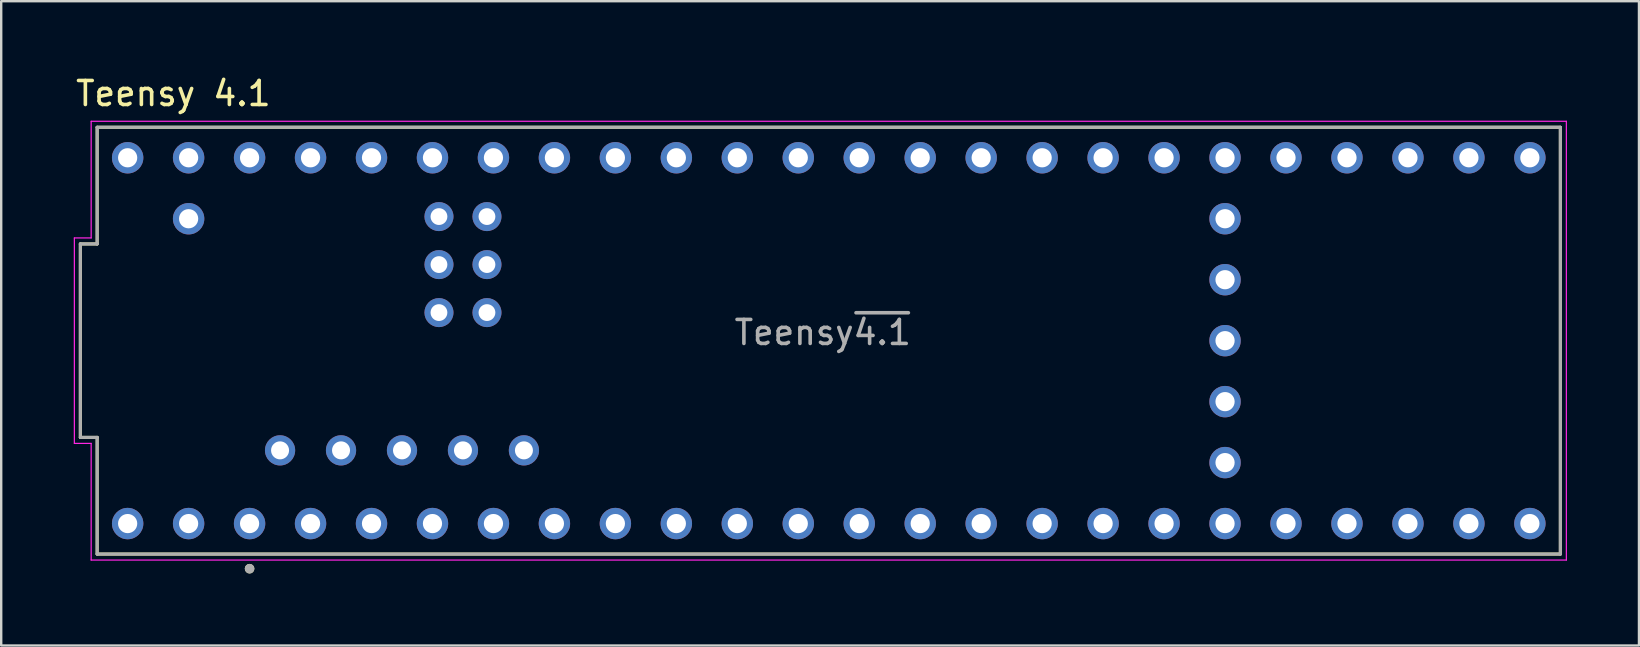
<source format=kicad_pcb>
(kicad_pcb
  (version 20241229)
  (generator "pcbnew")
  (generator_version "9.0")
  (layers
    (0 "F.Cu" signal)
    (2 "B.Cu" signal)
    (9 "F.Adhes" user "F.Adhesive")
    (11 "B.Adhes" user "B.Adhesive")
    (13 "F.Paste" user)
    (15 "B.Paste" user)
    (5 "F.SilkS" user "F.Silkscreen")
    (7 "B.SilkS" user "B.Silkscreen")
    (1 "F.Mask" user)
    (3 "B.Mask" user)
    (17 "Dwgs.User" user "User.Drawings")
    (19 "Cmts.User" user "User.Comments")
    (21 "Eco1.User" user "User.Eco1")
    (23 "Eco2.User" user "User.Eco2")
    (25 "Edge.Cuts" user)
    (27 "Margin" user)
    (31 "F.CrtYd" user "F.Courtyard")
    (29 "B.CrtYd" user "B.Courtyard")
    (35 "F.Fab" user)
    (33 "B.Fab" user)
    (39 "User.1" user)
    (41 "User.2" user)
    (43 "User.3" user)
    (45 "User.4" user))
  (footprint "Teensy 4.1"
    (layer "F.Cu")
    (at 31.478 11.143)
    (property "Reference" "Teensy 4.1" (at -27.305 -10.295 0) (layer "F.SilkS") (effects (font (size 1 1) (thickness 0.15))))
    (attr through_hole)
    (fp_line (start -31.18 4.03) (end -31.18 -4.03) (stroke (width 0.127) (type solid)) (layer "F.SilkS"))
    (fp_line (start -30.48 -8.89) (end -30.48 -4.03) (stroke (width 0.127) (type solid)) (layer "F.SilkS"))
    (fp_line (start -30.48 -8.89) (end 30.48 -8.89) (stroke (width 0.127) (type solid)) (layer "F.SilkS"))
    (fp_line (start -30.48 -4.03) (end -31.18 -4.03) (stroke (width 0.127) (type solid)) (layer "F.SilkS"))
    (fp_line (start -30.48 4.03) (end -31.18 4.03) (stroke (width 0.127) (type solid)) (layer "F.SilkS"))
    (fp_line (start -30.48 8.89) (end -30.48 4.03) (stroke (width 0.127) (type solid)) (layer "F.SilkS"))
    (fp_line (start 30.48 -8.89) (end 30.48 8.89) (stroke (width 0.127) (type solid)) (layer "F.SilkS"))
    (fp_line (start 30.48 8.89) (end -30.48 8.89) (stroke (width 0.127) (type solid)) (layer "F.SilkS"))
    (fp_circle (center -24.13 9.5) (end -24.03 9.5) (stroke (width 0.2) (type solid)) (fill no) (layer "F.SilkS"))
    (fp_line (start -31.43 4.28) (end -31.43 -4.28) (stroke (width 0.05) (type solid)) (layer "F.CrtYd"))
    (fp_line (start -30.73 -9.14) (end -30.73 -4.28) (stroke (width 0.05) (type solid)) (layer "F.CrtYd"))
    (fp_line (start -30.73 -9.14) (end 30.73 -9.14) (stroke (width 0.05) (type solid)) (layer "F.CrtYd"))
    (fp_line (start -30.73 -4.28) (end -31.43 -4.28) (stroke (width 0.05) (type solid)) (layer "F.CrtYd"))
    (fp_line (start -30.73 4.28) (end -31.43 4.28) (stroke (width 0.05) (type solid)) (layer "F.CrtYd"))
    (fp_line (start -30.73 9.14) (end -30.73 4.28) (stroke (width 0.05) (type solid)) (layer "F.CrtYd"))
    (fp_line (start 30.73 -9.14) (end 30.73 9.14) (stroke (width 0.05) (type solid)) (layer "F.CrtYd"))
    (fp_line (start 30.73 9.14) (end -30.73 9.14) (stroke (width 0.05) (type solid)) (layer "F.CrtYd"))
    (fp_line (start -31.18 4.03) (end -31.18 -4.03) (stroke (width 0.127) (type solid)) (layer "F.Fab"))
    (fp_line (start -30.48 -8.89) (end -30.48 -4.03) (stroke (width 0.127) (type solid)) (layer "F.Fab"))
    (fp_line (start -30.48 -8.89) (end 30.48 -8.89) (stroke (width 0.127) (type solid)) (layer "F.Fab"))
    (fp_line (start -30.48 -4.03) (end -31.18 -4.03) (stroke (width 0.127) (type solid)) (layer "F.Fab"))
    (fp_line (start -30.48 4.03) (end -31.18 4.03) (stroke (width 0.127) (type solid)) (layer "F.Fab"))
    (fp_line (start -30.48 8.89) (end -30.48 4.03) (stroke (width 0.127) (type solid)) (layer "F.Fab"))
    (fp_line (start 30.48 -8.89) (end 30.48 8.89) (stroke (width 0.127) (type solid)) (layer "F.Fab"))
    (fp_line (start 30.48 8.89) (end -30.48 8.89) (stroke (width 0.127) (type solid)) (layer "F.Fab"))
    (fp_circle (center -24.13 9.5) (end -24.03 9.5) (stroke (width 0.2) (type solid)) (fill no) (layer "F.Fab"))
    (fp_text user "Teensy~{4.1}" (at -0.25 -0.34 0) (layer "F.Fab") (effects (font (size 1 1) (thickness 0.15))))
    (pad "0" thru_hole circle (at -26.67 7.62) (size 1.308 1.308) (drill 0.8) (layers "*.Cu" "*.Mask"))
    (pad "1" thru_hole circle (at -24.13 7.62) (size 1.308 1.308) (drill 0.8) (layers "*.Cu" "*.Mask"))
    (pad "2" thru_hole circle (at -21.59 7.62) (size 1.308 1.308) (drill 0.8) (layers "*.Cu" "*.Mask"))
    (pad "3" thru_hole circle (at -19.05 7.62) (size 1.308 1.308) (drill 0.8) (layers "*.Cu" "*.Mask"))
    (pad "3.3V_1" thru_hole circle (at 6.35 7.62) (size 1.308 1.308) (drill 0.8) (layers "*.Cu" "*.Mask"))
    (pad "3.3V_2" thru_hole circle (at -24.13 -7.62) (size 1.308 1.308) (drill 0.8) (layers "*.Cu" "*.Mask"))
    (pad "3.3V_3" thru_hole circle (at 16.51 2.54) (size 1.308 1.308) (drill 0.8) (layers "*.Cu" "*.Mask"))
    (pad "4" thru_hole circle (at -16.51 7.62) (size 1.308 1.308) (drill 0.8) (layers "*.Cu" "*.Mask"))
    (pad "5" thru_hole circle (at -13.97 7.62) (size 1.308 1.308) (drill 0.8) (layers "*.Cu" "*.Mask"))
    (pad "5V" thru_hole circle (at -22.86 4.57) (size 1.258 1.258) (drill 0.75) (layers "*.Cu" "*.Mask"))
    (pad "6" thru_hole circle (at -11.43 7.62) (size 1.308 1.308) (drill 0.8) (layers "*.Cu" "*.Mask"))
    (pad "7" thru_hole circle (at -8.89 7.62) (size 1.308 1.308) (drill 0.8) (layers "*.Cu" "*.Mask"))
    (pad "8" thru_hole circle (at -6.35 7.62) (size 1.308 1.308) (drill 0.8) (layers "*.Cu" "*.Mask"))
    (pad "9" thru_hole circle (at -3.81 7.62) (size 1.308 1.308) (drill 0.8) (layers "*.Cu" "*.Mask"))
    (pad "10" thru_hole circle (at -1.27 7.62) (size 1.308 1.308) (drill 0.8) (layers "*.Cu" "*.Mask"))
    (pad "11" thru_hole circle (at 1.27 7.62) (size 1.308 1.308) (drill 0.8) (layers "*.Cu" "*.Mask"))
    (pad "12" thru_hole circle (at 3.81 7.62) (size 1.308 1.308) (drill 0.8) (layers "*.Cu" "*.Mask"))
    (pad "13" thru_hole circle (at 3.81 -7.62) (size 1.308 1.308) (drill 0.8) (layers "*.Cu" "*.Mask"))
    (pad "14" thru_hole circle (at 1.27 -7.62) (size 1.308 1.308) (drill 0.8) (layers "*.Cu" "*.Mask"))
    (pad "15" thru_hole circle (at -1.27 -7.62) (size 1.308 1.308) (drill 0.8) (layers "*.Cu" "*.Mask"))
    (pad "16" thru_hole circle (at -3.81 -7.62) (size 1.308 1.308) (drill 0.8) (layers "*.Cu" "*.Mask"))
    (pad "17" thru_hole circle (at -6.35 -7.62) (size 1.308 1.308) (drill 0.8) (layers "*.Cu" "*.Mask"))
    (pad "18" thru_hole circle (at -8.89 -7.62) (size 1.308 1.308) (drill 0.8) (layers "*.Cu" "*.Mask"))
    (pad "19" thru_hole circle (at -11.43 -7.62) (size 1.308 1.308) (drill 0.8) (layers "*.Cu" "*.Mask"))
    (pad "20" thru_hole circle (at -13.97 -7.62) (size 1.308 1.308) (drill 0.8) (layers "*.Cu" "*.Mask"))
    (pad "21" thru_hole circle (at -16.51 -7.62) (size 1.308 1.308) (drill 0.8) (layers "*.Cu" "*.Mask"))
    (pad "22" thru_hole circle (at -19.05 -7.62) (size 1.308 1.308) (drill 0.8) (layers "*.Cu" "*.Mask"))
    (pad "23" thru_hole circle (at -21.59 -7.62) (size 1.308 1.308) (drill 0.8) (layers "*.Cu" "*.Mask"))
    (pad "24" thru_hole circle (at 8.89 7.62) (size 1.308 1.308) (drill 0.8) (layers "*.Cu" "*.Mask"))
    (pad "25" thru_hole circle (at 11.43 7.62) (size 1.308 1.308) (drill 0.8) (layers "*.Cu" "*.Mask"))
    (pad "26" thru_hole circle (at 13.97 7.62) (size 1.308 1.308) (drill 0.8) (layers "*.Cu" "*.Mask"))
    (pad "27" thru_hole circle (at 16.51 7.62) (size 1.308 1.308) (drill 0.8) (layers "*.Cu" "*.Mask"))
    (pad "28" thru_hole circle (at 19.05 7.62) (size 1.308 1.308) (drill 0.8) (layers "*.Cu" "*.Mask"))
    (pad "29" thru_hole circle (at 21.59 7.62) (size 1.308 1.308) (drill 0.8) (layers "*.Cu" "*.Mask"))
    (pad "30" thru_hole circle (at 24.13 7.62) (size 1.308 1.308) (drill 0.8) (layers "*.Cu" "*.Mask"))
    (pad "31" thru_hole circle (at 26.67 7.62) (size 1.308 1.308) (drill 0.8) (layers "*.Cu" "*.Mask"))
    (pad "32" thru_hole circle (at 29.21 7.62) (size 1.308 1.308) (drill 0.8) (layers "*.Cu" "*.Mask"))
    (pad "33" thru_hole circle (at 29.21 -7.62) (size 1.308 1.308) (drill 0.8) (layers "*.Cu" "*.Mask"))
    (pad "34" thru_hole circle (at 26.67 -7.62) (size 1.308 1.308) (drill 0.8) (layers "*.Cu" "*.Mask"))
    (pad "35" thru_hole circle (at 24.13 -7.62) (size 1.308 1.308) (drill 0.8) (layers "*.Cu" "*.Mask"))
    (pad "36" thru_hole circle (at 21.59 -7.62) (size 1.308 1.308) (drill 0.8) (layers "*.Cu" "*.Mask"))
    (pad "37" thru_hole circle (at 19.05 -7.62) (size 1.308 1.308) (drill 0.8) (layers "*.Cu" "*.Mask"))
    (pad "38" thru_hole circle (at 16.51 -7.62) (size 1.308 1.308) (drill 0.8) (layers "*.Cu" "*.Mask"))
    (pad "39" thru_hole circle (at 13.97 -7.62) (size 1.308 1.308) (drill 0.8) (layers "*.Cu" "*.Mask"))
    (pad "40" thru_hole circle (at 11.43 -7.62) (size 1.308 1.308) (drill 0.8) (layers "*.Cu" "*.Mask"))
    (pad "41" thru_hole circle (at 8.89 -7.62) (size 1.308 1.308) (drill 0.8) (layers "*.Cu" "*.Mask"))
    (pad "D+" thru_hole circle (at -17.78 4.57) (size 1.258 1.258) (drill 0.75) (layers "*.Cu" "*.Mask"))
    (pad "D-" thru_hole circle (at -20.32 4.57) (size 1.258 1.258) (drill 0.75) (layers "*.Cu" "*.Mask"))
    (pad "GND1" thru_hole circle (at -29.21 7.62) (size 1.308 1.308) (drill 0.8) (layers "*.Cu" "*.Mask"))
    (pad "GND2" thru_hole circle (at 6.35 -7.62) (size 1.308 1.308) (drill 0.8) (layers "*.Cu" "*.Mask"))
    (pad "GND3" thru_hole circle (at -26.67 -7.62) (size 1.308 1.308) (drill 0.8) (layers "*.Cu" "*.Mask"))
    (pad "GND4" thru_hole circle (at 16.51 0) (size 1.308 1.308) (drill 0.8) (layers "*.Cu" "*.Mask"))
    (pad "GND5" thru_hole circle (at -14.24 -3.17) (size 1.208 1.208) (drill 0.7) (layers "*.Cu" "*.Mask"))
    (pad "LED" thru_hole circle (at -16.24 -3.17) (size 1.208 1.208) (drill 0.7) (layers "*.Cu" "*.Mask"))
    (pad "ON/OFF" thru_hole circle (at 16.51 -5.08) (size 1.308 1.308) (drill 0.8) (layers "*.Cu" "*.Mask"))
    (pad "PROGRAM" thru_hole circle (at 16.51 -2.54) (size 1.308 1.308) (drill 0.8) (layers "*.Cu" "*.Mask"))
    (pad "R+" thru_hole circle (at -16.24 -5.17) (size 1.208 1.208) (drill 0.7) (layers "*.Cu" "*.Mask"))
    (pad "R-" thru_hole circle (at -14.24 -5.17) (size 1.208 1.208) (drill 0.7) (layers "*.Cu" "*.Mask"))
    (pad "T+" thru_hole circle (at -14.24 -1.17) (size 1.208 1.208) (drill 0.7) (layers "*.Cu" "*.Mask"))
    (pad "T-" thru_hole circle (at -16.24 -1.17) (size 1.208 1.208) (drill 0.7) (layers "*.Cu" "*.Mask"))
    (pad "USB_GND1" thru_hole circle (at -15.24 4.57) (size 1.258 1.258) (drill 0.75) (layers "*.Cu" "*.Mask"))
    (pad "USB_GND2" thru_hole circle (at -12.7 4.57) (size 1.258 1.258) (drill 0.75) (layers "*.Cu" "*.Mask"))
    (pad "VBAT" thru_hole circle (at 16.51 5.08) (size 1.308 1.308) (drill 0.8) (layers "*.Cu" "*.Mask"))
    (pad "VIN" thru_hole circle (at -29.21 -7.62) (size 1.308 1.308) (drill 0.8) (layers "*.Cu" "*.Mask"))
    (pad "VUSB" thru_hole circle (at -26.67 -5.08) (size 1.308 1.308) (drill 0.8) (layers "*.Cu" "*.Mask")))
  (gr_rect
    (start -3 -3)
    (end 65.233 23.843)
    (stroke (width 0.1) (type default))
    (fill no)
    (layer "Edge.Cuts")))
</source>
